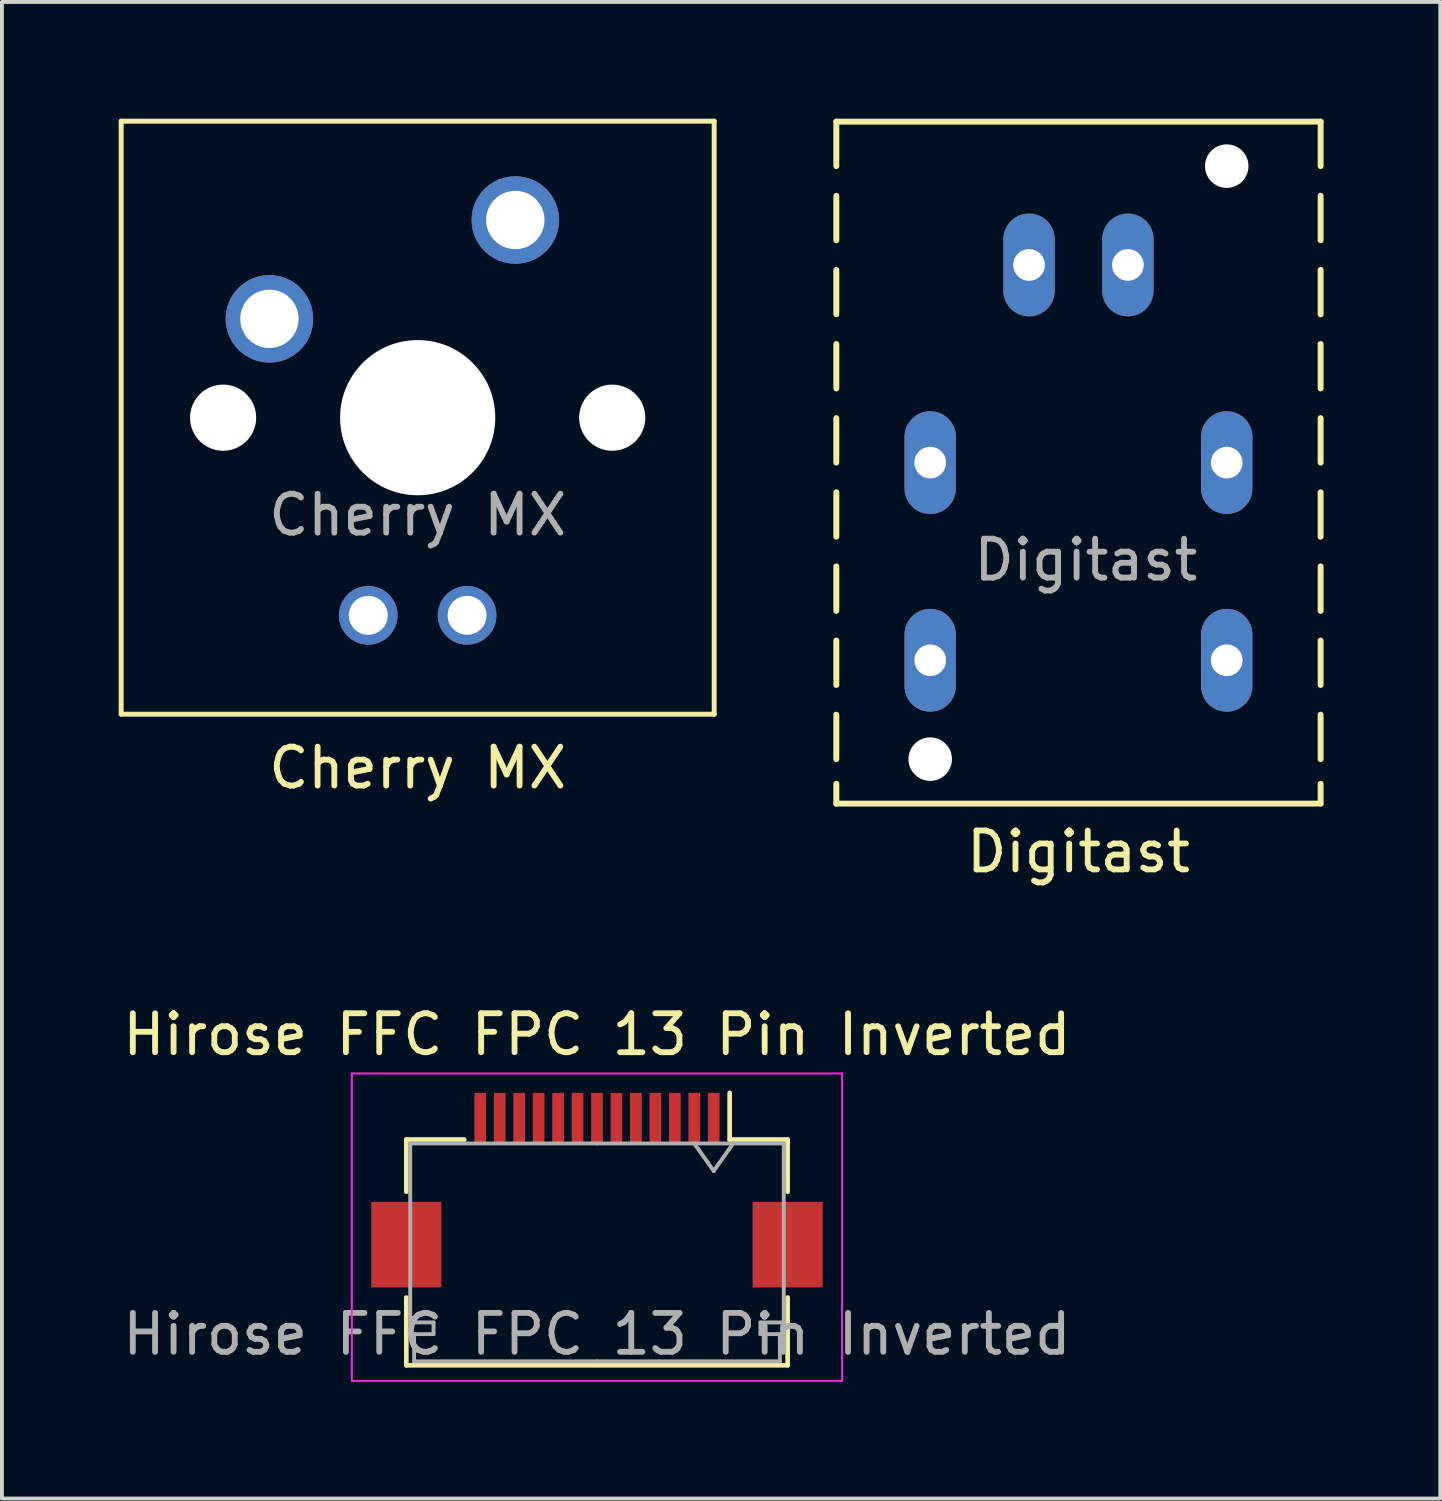
<source format=kicad_pcb>
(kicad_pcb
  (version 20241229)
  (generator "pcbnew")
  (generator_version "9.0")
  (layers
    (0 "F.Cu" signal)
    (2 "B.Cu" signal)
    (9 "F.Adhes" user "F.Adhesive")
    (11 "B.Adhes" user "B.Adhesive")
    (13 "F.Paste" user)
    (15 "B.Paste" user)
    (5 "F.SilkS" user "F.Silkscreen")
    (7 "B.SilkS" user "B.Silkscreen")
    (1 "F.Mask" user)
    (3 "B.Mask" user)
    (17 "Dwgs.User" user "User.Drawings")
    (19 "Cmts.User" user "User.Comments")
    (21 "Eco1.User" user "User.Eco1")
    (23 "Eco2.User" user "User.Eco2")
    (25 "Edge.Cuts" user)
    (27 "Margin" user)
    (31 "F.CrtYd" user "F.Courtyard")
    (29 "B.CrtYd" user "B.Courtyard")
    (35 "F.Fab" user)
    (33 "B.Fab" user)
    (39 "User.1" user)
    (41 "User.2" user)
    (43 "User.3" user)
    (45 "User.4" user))
  (footprint "Hirose FFC FPC 13 Pin Inverted"
    (layer "F.Cu")
    (at 12.292 27.536)
    (property "Reference" "Hirose FFC FPC 13 Pin Inverted" (at 0 -4 0) (unlocked yes) (layer "F.SilkS") (effects (font (size 1 1) (thickness 0.15))))
    (attr smd)
    (fp_line (start -4.9 -1.3) (end -4.9 0.04) (stroke (width 0.12) (type solid)) (layer "F.SilkS"))
    (fp_line (start -4.9 2.76) (end -4.9 4.5) (stroke (width 0.12) (type solid)) (layer "F.SilkS"))
    (fp_line (start -4.9 4.5) (end 4.9 4.5) (stroke (width 0.12) (type solid)) (layer "F.SilkS"))
    (fp_line (start -3.41 -1.3) (end -4.9 -1.3) (stroke (width 0.12) (type solid)) (layer "F.SilkS"))
    (fp_line (start 3.41 -1.3) (end 3.41 -2.5) (stroke (width 0.12) (type solid)) (layer "F.SilkS"))
    (fp_line (start 3.41 -1.3) (end 4.9 -1.3) (stroke (width 0.12) (type solid)) (layer "F.SilkS"))
    (fp_line (start 4.9 -1.3) (end 4.9 0.04) (stroke (width 0.12) (type solid)) (layer "F.SilkS"))
    (fp_line (start 4.9 4.5) (end 4.9 2.76) (stroke (width 0.12) (type solid)) (layer "F.SilkS"))
    (fp_line (start -6.3 -3) (end -6.3 4.9) (stroke (width 0.05) (type solid)) (layer "F.CrtYd"))
    (fp_line (start -6.3 4.9) (end 6.3 4.9) (stroke (width 0.05) (type solid)) (layer "F.CrtYd"))
    (fp_line (start 6.3 -3) (end -6.3 -3) (stroke (width 0.05) (type solid)) (layer "F.CrtYd"))
    (fp_line (start 6.3 4.9) (end 6.3 -3) (stroke (width 0.05) (type solid)) (layer "F.CrtYd"))
    (fp_line (start -4.8 -1.2) (end -4.8 3.4) (stroke (width 0.1) (type solid)) (layer "F.Fab"))
    (fp_line (start -4.8 3.4) (end -4.2 3.4) (stroke (width 0.1) (type solid)) (layer "F.Fab"))
    (fp_line (start -4.7 3.7) (end -4.7 4.4) (stroke (width 0.1) (type solid)) (layer "F.Fab"))
    (fp_line (start -4.7 4.4) (end 0 4.4) (stroke (width 0.1) (type solid)) (layer "F.Fab"))
    (fp_line (start -4.2 3.4) (end -4.2 3.7) (stroke (width 0.1) (type solid)) (layer "F.Fab"))
    (fp_line (start -4.2 3.7) (end -4.7 3.7) (stroke (width 0.1) (type solid)) (layer "F.Fab"))
    (fp_line (start 0 -1.2) (end -4.8 -1.2) (stroke (width 0.1) (type solid)) (layer "F.Fab"))
    (fp_line (start 0 -1.2) (end 4.8 -1.2) (stroke (width 0.1) (type solid)) (layer "F.Fab"))
    (fp_line (start 2.5 -1.2) (end 3 -0.493) (stroke (width 0.1) (type solid)) (layer "F.Fab"))
    (fp_line (start 3 -0.493) (end 3.5 -1.2) (stroke (width 0.1) (type solid)) (layer "F.Fab"))
    (fp_line (start 4.2 3.4) (end 4.2 3.7) (stroke (width 0.1) (type solid)) (layer "F.Fab"))
    (fp_line (start 4.2 3.7) (end 4.7 3.7) (stroke (width 0.1) (type solid)) (layer "F.Fab"))
    (fp_line (start 4.7 3.7) (end 4.7 4.4) (stroke (width 0.1) (type solid)) (layer "F.Fab"))
    (fp_line (start 4.7 4.4) (end 0 4.4) (stroke (width 0.1) (type solid)) (layer "F.Fab"))
    (fp_line (start 4.8 -1.2) (end 4.8 3.4) (stroke (width 0.1) (type solid)) (layer "F.Fab"))
    (fp_line (start 4.8 3.4) (end 4.2 3.4) (stroke (width 0.1) (type solid)) (layer "F.Fab"))
    (fp_text user "${REFERENCE}" (at 0 3.7 0) (layer "F.Fab") (effects (font (size 1 1) (thickness 0.15))))
    (pad "1" smd rect (at 3 -1.85) (size 0.3 1.3) (layers "F.Cu" "F.Mask" "F.Paste"))
    (pad "2" smd rect (at 2.5 -1.85) (size 0.3 1.3) (layers "F.Cu" "F.Mask" "F.Paste"))
    (pad "3" smd rect (at 2 -1.85) (size 0.3 1.3) (layers "F.Cu" "F.Mask" "F.Paste"))
    (pad "4" smd rect (at 1.5 -1.85) (size 0.3 1.3) (layers "F.Cu" "F.Mask" "F.Paste"))
    (pad "5" smd rect (at 1 -1.85) (size 0.3 1.3) (layers "F.Cu" "F.Mask" "F.Paste"))
    (pad "6" smd rect (at 0.5 -1.85) (size 0.3 1.3) (layers "F.Cu" "F.Mask" "F.Paste"))
    (pad "7" smd rect (at 0 -1.85) (size 0.3 1.3) (layers "F.Cu" "F.Mask" "F.Paste"))
    (pad "8" smd rect (at -0.5 -1.85) (size 0.3 1.3) (layers "F.Cu" "F.Mask" "F.Paste"))
    (pad "9" smd rect (at -1 -1.85) (size 0.3 1.3) (layers "F.Cu" "F.Mask" "F.Paste"))
    (pad "10" smd rect (at -1.5 -1.85) (size 0.3 1.3) (layers "F.Cu" "F.Mask" "F.Paste"))
    (pad "11" smd rect (at -2 -1.85) (size 0.3 1.3) (layers "F.Cu" "F.Mask" "F.Paste"))
    (pad "12" smd rect (at -2.5 -1.85) (size 0.3 1.3) (layers "F.Cu" "F.Mask" "F.Paste"))
    (pad "13" smd rect (at -3 -1.85) (size 0.3 1.3) (layers "F.Cu" "F.Mask" "F.Paste"))
    (pad "MP" smd rect (at -4.9 1.4) (size 1.8 2.2) (layers "F.Cu" "F.Mask" "F.Paste"))
    (pad "MP" smd rect (at 4.9 1.4) (size 1.8 2.2) (layers "F.Cu" "F.Mask" "F.Paste")))
  (footprint "Digitast"
    (layer "F.Cu")
    (at 24.666 8.839)
    (property "Reference" "Digitast" (at 0 10 0) (unlocked yes) (layer "F.SilkS") (effects (font (size 1 1) (thickness 0.15))))
    (attr through_hole)
    (fp_line (start -6.223 -8.763) (end -6.223 -7.62) (stroke (width 0.152) (type solid)) (layer "F.SilkS"))
    (fp_line (start -6.223 -6.858) (end -6.223 -5.715) (stroke (width 0.152) (type solid)) (layer "F.SilkS"))
    (fp_line (start -6.223 -4.953) (end -6.223 -3.81) (stroke (width 0.152) (type solid)) (layer "F.SilkS"))
    (fp_line (start -6.223 -3.048) (end -6.223 -1.905) (stroke (width 0.152) (type solid)) (layer "F.SilkS"))
    (fp_line (start -6.223 -1.143) (end -6.223 0) (stroke (width 0.152) (type solid)) (layer "F.SilkS"))
    (fp_line (start -6.223 0.762) (end -6.223 1.905) (stroke (width 0.152) (type solid)) (layer "F.SilkS"))
    (fp_line (start -6.223 2.667) (end -6.223 3.81) (stroke (width 0.152) (type solid)) (layer "F.SilkS"))
    (fp_line (start -6.223 4.572) (end -6.223 5.715) (stroke (width 0.152) (type solid)) (layer "F.SilkS"))
    (fp_line (start -6.223 6.477) (end -6.223 7.62) (stroke (width 0.152) (type solid)) (layer "F.SilkS"))
    (fp_line (start -6.223 8.255) (end -6.223 8.763) (stroke (width 0.152) (type solid)) (layer "F.SilkS"))
    (fp_line (start -6.223 8.763) (end 6.223 8.763) (stroke (width 0.152) (type solid)) (layer "F.SilkS"))
    (fp_line (start 6.223 -8.763) (end -6.223 -8.763) (stroke (width 0.152) (type solid)) (layer "F.SilkS"))
    (fp_line (start 6.223 -8.763) (end 6.223 -7.62) (stroke (width 0.152) (type solid)) (layer "F.SilkS"))
    (fp_line (start 6.223 -6.858) (end 6.223 -5.715) (stroke (width 0.152) (type solid)) (layer "F.SilkS"))
    (fp_line (start 6.223 -4.953) (end 6.223 -3.81) (stroke (width 0.152) (type solid)) (layer "F.SilkS"))
    (fp_line (start 6.223 -3.048) (end 6.223 -1.905) (stroke (width 0.152) (type solid)) (layer "F.SilkS"))
    (fp_line (start 6.223 -1.143) (end 6.223 0) (stroke (width 0.152) (type solid)) (layer "F.SilkS"))
    (fp_line (start 6.223 0.762) (end 6.223 1.905) (stroke (width 0.152) (type solid)) (layer "F.SilkS"))
    (fp_line (start 6.223 2.667) (end 6.223 3.81) (stroke (width 0.152) (type solid)) (layer "F.SilkS"))
    (fp_line (start 6.223 4.572) (end 6.223 5.715) (stroke (width 0.152) (type solid)) (layer "F.SilkS"))
    (fp_line (start 6.223 6.477) (end 6.223 7.62) (stroke (width 0.152) (type solid)) (layer "F.SilkS"))
    (fp_line (start 6.223 8.255) (end 6.223 8.763) (stroke (width 0.152) (type solid)) (layer "F.SilkS"))
    (fp_text user "${REFERENCE}" (at 0.19 2.5 0) (unlocked yes) (layer "F.Fab") (effects (font (size 1 1) (thickness 0.15))))
    (pad "" np_thru_hole circle (at -3.81 7.62) (size 1.118 1.118) (drill 1.118) (layers "*.Cu" "*.Mask"))
    (pad "" np_thru_hole circle (at 3.81 -7.62) (size 1.118 1.118) (drill 1.118) (layers "*.Cu" "*.Mask"))
    (pad "+" thru_hole oval (at -1.27 -5.08 90) (size 2.642 1.321) (drill 0.813) (layers "*.Cu" "*.Mask"))
    (pad "-" thru_hole oval (at 1.27 -5.08 90) (size 2.642 1.321) (drill 0.813) (layers "*.Cu" "*.Mask"))
    (pad "0" thru_hole oval (at -3.81 0 90) (size 2.642 1.321) (drill 0.813) (layers "*.Cu" "*.Mask"))
    (pad "0" thru_hole oval (at 3.81 0 90) (size 2.642 1.321) (drill 0.813) (layers "*.Cu" "*.Mask"))
    (pad "1" thru_hole oval (at -3.81 5.08 90) (size 2.642 1.321) (drill 0.813) (layers "*.Cu" "*.Mask"))
    (pad "2" thru_hole oval (at 3.81 5.08 90) (size 2.642 1.321) (drill 0.813) (layers "*.Cu" "*.Mask")))
  (footprint "Cherry MX"
    (layer "F.Cu")
    (at 7.684 7.684)
    (property "Reference" "Cherry MX" (at 0 9 0) (unlocked yes) (layer "F.SilkS") (effects (font (size 1 1) (thickness 0.15))))
    (attr through_hole)
    (fp_line (start -7.62 -7.62) (end 7.62 -7.62) (stroke (width 0.127) (type solid)) (layer "F.SilkS"))
    (fp_line (start -7.62 7.62) (end -7.62 -7.62) (stroke (width 0.127) (type solid)) (layer "F.SilkS"))
    (fp_line (start 7.62 -7.62) (end 7.62 7.62) (stroke (width 0.127) (type solid)) (layer "F.SilkS"))
    (fp_line (start 7.62 7.62) (end -7.62 7.62) (stroke (width 0.127) (type solid)) (layer "F.SilkS"))
    (fp_text user "${REFERENCE}" (at 0 2.5 0) (unlocked yes) (layer "F.Fab") (effects (font (size 1 1) (thickness 0.15))))
    (pad "" np_thru_hole circle (at -5 0) (size 1.7 1.7) (drill 1.7) (layers "*.Cu" "*.Mask"))
    (pad "" np_thru_hole circle (at 0 0) (size 3.988 3.988) (drill 3.988) (layers "*.Cu" "*.Mask"))
    (pad "" np_thru_hole circle (at 5 0) (size 1.7 1.7) (drill 1.7) (layers "*.Cu" "*.Mask"))
    (pad "1" thru_hole circle (at 2.51 -5.08) (size 2.25 2.25) (drill 1.5) (layers "*.Cu" "*.Mask"))
    (pad "2" thru_hole circle (at -3.81 -2.54) (size 2.25 2.25) (drill 1.5) (layers "*.Cu" "*.Mask"))
    (pad "3" thru_hole circle (at 1.27 5.08) (size 1.508 1.508) (drill 1) (layers "*.Cu" "*.Mask"))
    (pad "4" thru_hole circle (at -1.27 5.08) (size 1.508 1.508) (drill 1) (layers "*.Cu" "*.Mask")))
  (gr_rect
    (start -3 -3)
    (end 33.965 35.461)
    (stroke (width 0.1) (type default))
    (fill no)
    (layer "Edge.Cuts")))
</source>
